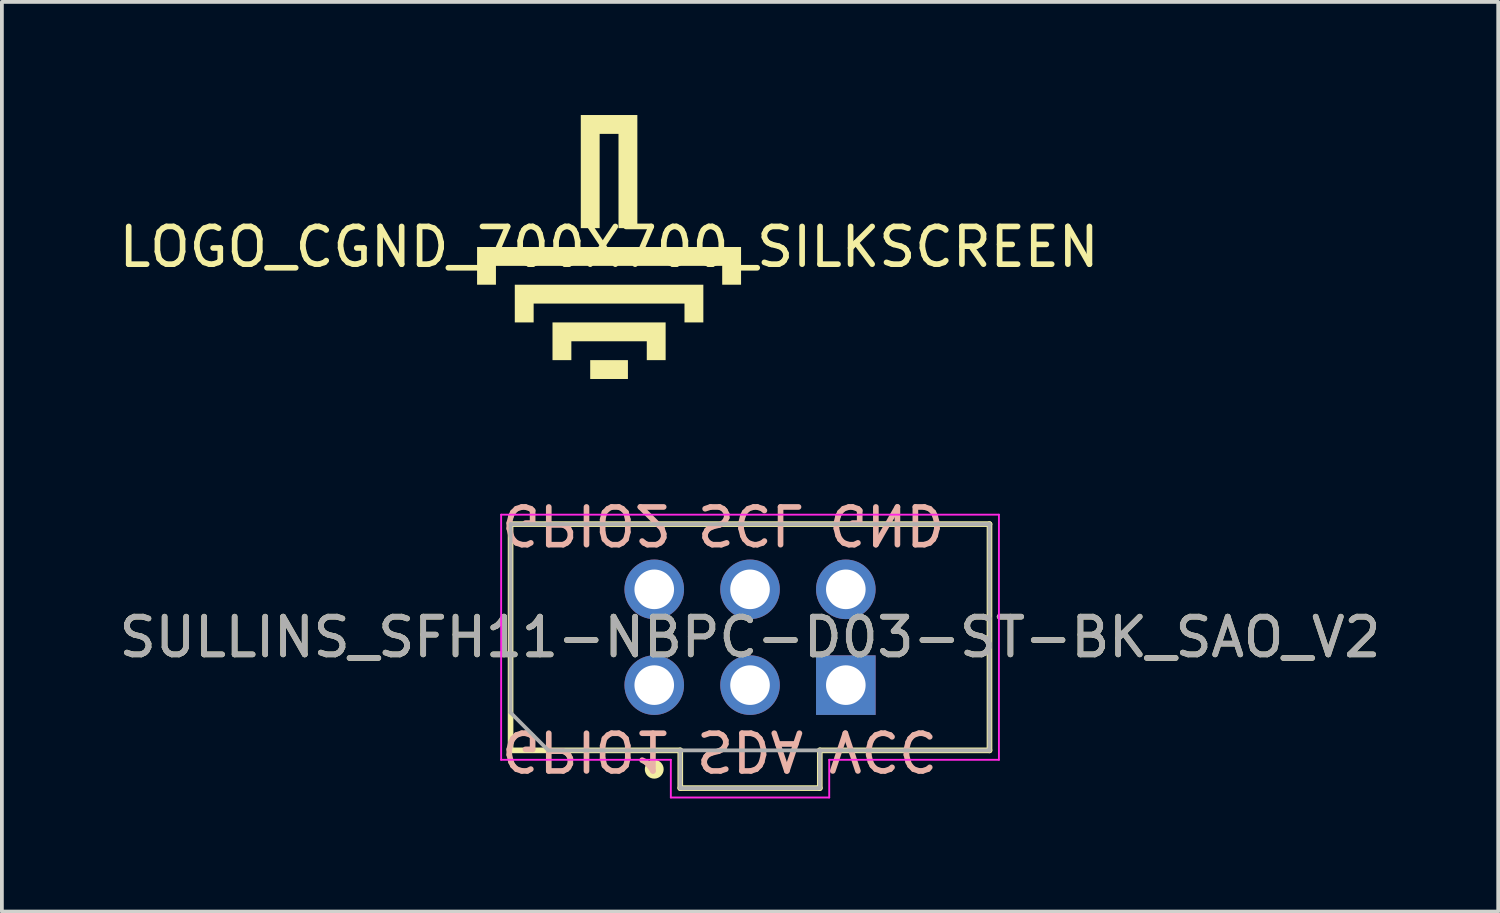
<source format=kicad_pcb>
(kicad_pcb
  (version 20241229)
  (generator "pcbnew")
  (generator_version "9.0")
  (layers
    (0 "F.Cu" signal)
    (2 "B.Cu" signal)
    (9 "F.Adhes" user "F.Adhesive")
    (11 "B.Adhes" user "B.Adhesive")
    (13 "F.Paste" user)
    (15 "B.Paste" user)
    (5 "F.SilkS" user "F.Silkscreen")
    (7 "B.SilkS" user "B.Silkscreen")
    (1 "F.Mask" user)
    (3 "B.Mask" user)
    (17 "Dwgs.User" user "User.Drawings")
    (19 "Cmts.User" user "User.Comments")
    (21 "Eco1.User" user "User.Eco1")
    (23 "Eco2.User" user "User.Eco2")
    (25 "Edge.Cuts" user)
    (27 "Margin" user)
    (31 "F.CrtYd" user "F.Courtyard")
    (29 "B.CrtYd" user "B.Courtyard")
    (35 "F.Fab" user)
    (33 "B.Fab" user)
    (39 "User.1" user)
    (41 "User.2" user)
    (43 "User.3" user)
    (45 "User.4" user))
  (footprint "LOGO_CGND_700X700_SILKSCREEN"
    (layer "F.Cu")
    (at 13.101 3.5)
    (property "Reference" "LOGO_CGND_700X700_SILKSCREEN" (at 0 0 0) (layer "F.SilkS") (effects (font (size 1 1) (thickness 0.15))))
    (attr exclude_from_pos_files exclude_from_bom allow_missing_courtyard)
    (fp_poly (pts (xy -0.5 3) (xy 0.5 3) (xy 0.5 3.5) (xy -0.5 3.5)) (stroke (width 0) (type solid)) (fill yes) (layer "F.SilkS"))
    (fp_poly (pts (xy -3.5 1) (xy -3.5 0) (xy 3.5 0) (xy 3.5 1) (xy 3 1) (xy 3 0.5) (xy -3 0.5) (xy -3 1)) (stroke (width 0) (type solid)) (fill yes) (layer "F.SilkS"))
    (fp_poly (pts (xy -2.5 2) (xy -2.5 1) (xy 2.5 1) (xy 2.5 2) (xy 2 2) (xy 2 1.5) (xy -2 1.5) (xy -2 2)) (stroke (width 0) (type solid)) (fill yes) (layer "F.SilkS"))
    (fp_poly (pts (xy -1.5 3) (xy -1.5 2) (xy 1.5 2) (xy 1.5 3) (xy 1 3) (xy 1 2.5) (xy -1 2.5) (xy -1 3)) (stroke (width 0) (type solid)) (fill yes) (layer "F.SilkS"))
    (fp_poly (pts (xy -0.75 -0.5) (xy -0.75 -3.5) (xy 0.75 -3.5) (xy 0.75 -0.5) (xy 0.25 -0.5) (xy 0.25 -3) (xy -0.25 -3) (xy -0.25 -0.5)) (stroke (width 0) (type solid)) (fill yes) (layer "F.SilkS")))
  (footprint "SULLINS_SFH11-NBPC-D03-ST-BK_SAO_V2"
    (layer "F.Cu")
    (at 16.839 13.848)
    (property "Reference" "SULLINS_SFH11-NBPC-D03-ST-BK_SAO_V2" (at 0 0 0) (layer "F.SilkS") (effects (font (size 1 1) (thickness 0.15))))
    (attr through_hole)
    (fp_line (start -6.35 -3) (end 6.35 -3) (stroke (width 0.15) (type solid)) (layer "F.SilkS"))
    (fp_line (start -6.35 3) (end -6.35 -3) (stroke (width 0.15) (type solid)) (layer "F.SilkS"))
    (fp_line (start -1.85 3) (end -6.35 3) (stroke (width 0.15) (type solid)) (layer "F.SilkS"))
    (fp_line (start -1.85 3) (end -1.85 4) (stroke (width 0.15) (type solid)) (layer "F.SilkS"))
    (fp_line (start -1.85 4) (end 1.85 4) (stroke (width 0.15) (type solid)) (layer "F.SilkS"))
    (fp_line (start 1.85 4) (end 1.85 3) (stroke (width 0.15) (type solid)) (layer "F.SilkS"))
    (fp_line (start 6.35 -3) (end 6.35 3) (stroke (width 0.15) (type solid)) (layer "F.SilkS"))
    (fp_line (start 6.35 3) (end 1.85 3) (stroke (width 0.15) (type solid)) (layer "F.SilkS"))
    (fp_circle (center -2.54 3.5) (end -2.415 3.5) (stroke (width 0.25) (type solid)) (fill no) (layer "F.SilkS"))
    (fp_line (start -6.6 -3.25) (end 6.6 -3.25) (stroke (width 0.05) (type solid)) (layer "F.CrtYd"))
    (fp_line (start -6.6 3.25) (end -6.6 -3.25) (stroke (width 0.05) (type solid)) (layer "F.CrtYd"))
    (fp_line (start -2.1 3.25) (end -6.6 3.25) (stroke (width 0.05) (type solid)) (layer "F.CrtYd"))
    (fp_line (start -2.1 4.25) (end -2.1 3.25) (stroke (width 0.05) (type solid)) (layer "F.CrtYd"))
    (fp_line (start 2.1 3.25) (end 2.1 4.25) (stroke (width 0.05) (type solid)) (layer "F.CrtYd"))
    (fp_line (start 2.1 4.25) (end -2.1 4.25) (stroke (width 0.05) (type solid)) (layer "F.CrtYd"))
    (fp_line (start 6.6 -3.25) (end 6.6 3.25) (stroke (width 0.05) (type solid)) (layer "F.CrtYd"))
    (fp_line (start 6.6 3.25) (end 2.1 3.25) (stroke (width 0.05) (type solid)) (layer "F.CrtYd"))
    (fp_line (start -6.35 -3) (end 6.35 -3) (stroke (width 0.1) (type solid)) (layer "F.Fab"))
    (fp_line (start -6.35 2) (end -6.35 -3) (stroke (width 0.1) (type solid)) (layer "F.Fab"))
    (fp_line (start -6.35 2) (end -5.35 3) (stroke (width 0.1) (type default)) (layer "F.Fab"))
    (fp_line (start -1.85 3) (end -5.35 3) (stroke (width 0.1) (type solid)) (layer "F.Fab"))
    (fp_line (start -1.85 3) (end -1.85 4) (stroke (width 0.1) (type solid)) (layer "F.Fab"))
    (fp_line (start -1.85 4) (end 1.85 4) (stroke (width 0.1) (type solid)) (layer "F.Fab"))
    (fp_line (start 1.85 3) (end -1.85 3) (stroke (width 0.1) (type solid)) (layer "F.Fab"))
    (fp_line (start 1.85 4) (end 1.85 3) (stroke (width 0.1) (type solid)) (layer "F.Fab"))
    (fp_line (start 6.35 -3) (end 6.35 3) (stroke (width 0.1) (type solid)) (layer "F.Fab"))
    (fp_line (start 6.35 3) (end 1.85 3) (stroke (width 0.1) (type solid)) (layer "F.Fab"))
    (fp_text user "GND" (at 2 -3 180) (unlocked yes) (layer "B.SilkS") (effects (font (size 1 1) (thickness 0.15)) (justify left mirror)))
    (fp_text user "SDA" (at 0 3 180) (unlocked yes) (layer "B.SilkS") (effects (font (size 1 1) (thickness 0.15)) (justify mirror)))
    (fp_text user "GPIO2" (at -2 -3 180) (unlocked yes) (layer "B.SilkS") (effects (font (size 1 1) (thickness 0.15)) (justify right mirror)))
    (fp_text user "VCC" (at 2 3 180) (unlocked yes) (layer "B.SilkS") (effects (font (size 1 1) (thickness 0.15)) (justify left mirror)))
    (fp_text user "SCL" (at 0 -3 180) (unlocked yes) (layer "B.SilkS") (effects (font (size 1 1) (thickness 0.15)) (justify mirror)))
    (fp_text user "GPIO1" (at -2 3 180) (unlocked yes) (layer "B.SilkS") (effects (font (size 1 1) (thickness 0.15)) (justify right mirror)))
    (fp_text user "${REFERENCE}" (at 0 0 0) (layer "F.Fab") (effects (font (size 1 1) (thickness 0.15))))
    (pad "1" thru_hole rect (at 2.54 1.27) (size 1.58 1.58) (drill 1.05) (layers "*.Cu" "*.Mask"))
    (pad "2" thru_hole circle (at 2.54 -1.27) (size 1.58 1.58) (drill 1.05) (layers "*.Cu" "*.Mask"))
    (pad "3" thru_hole circle (at 0 1.27) (size 1.58 1.58) (drill 1.05) (layers "*.Cu" "*.Mask"))
    (pad "4" thru_hole circle (at 0 -1.27) (size 1.58 1.58) (drill 1.05) (layers "*.Cu" "*.Mask"))
    (pad "5" thru_hole circle (at -2.54 1.27) (size 1.58 1.58) (drill 1.05) (layers "*.Cu" "*.Mask"))
    (pad "6" thru_hole circle (at -2.54 -1.27) (size 1.58 1.58) (drill 1.05) (layers "*.Cu" "*.Mask")))
  (gr_rect
    (start -3 -3)
    (end 36.679 21.123)
    (stroke (width 0.1) (type default))
    (fill no)
    (layer "Edge.Cuts")))
</source>
